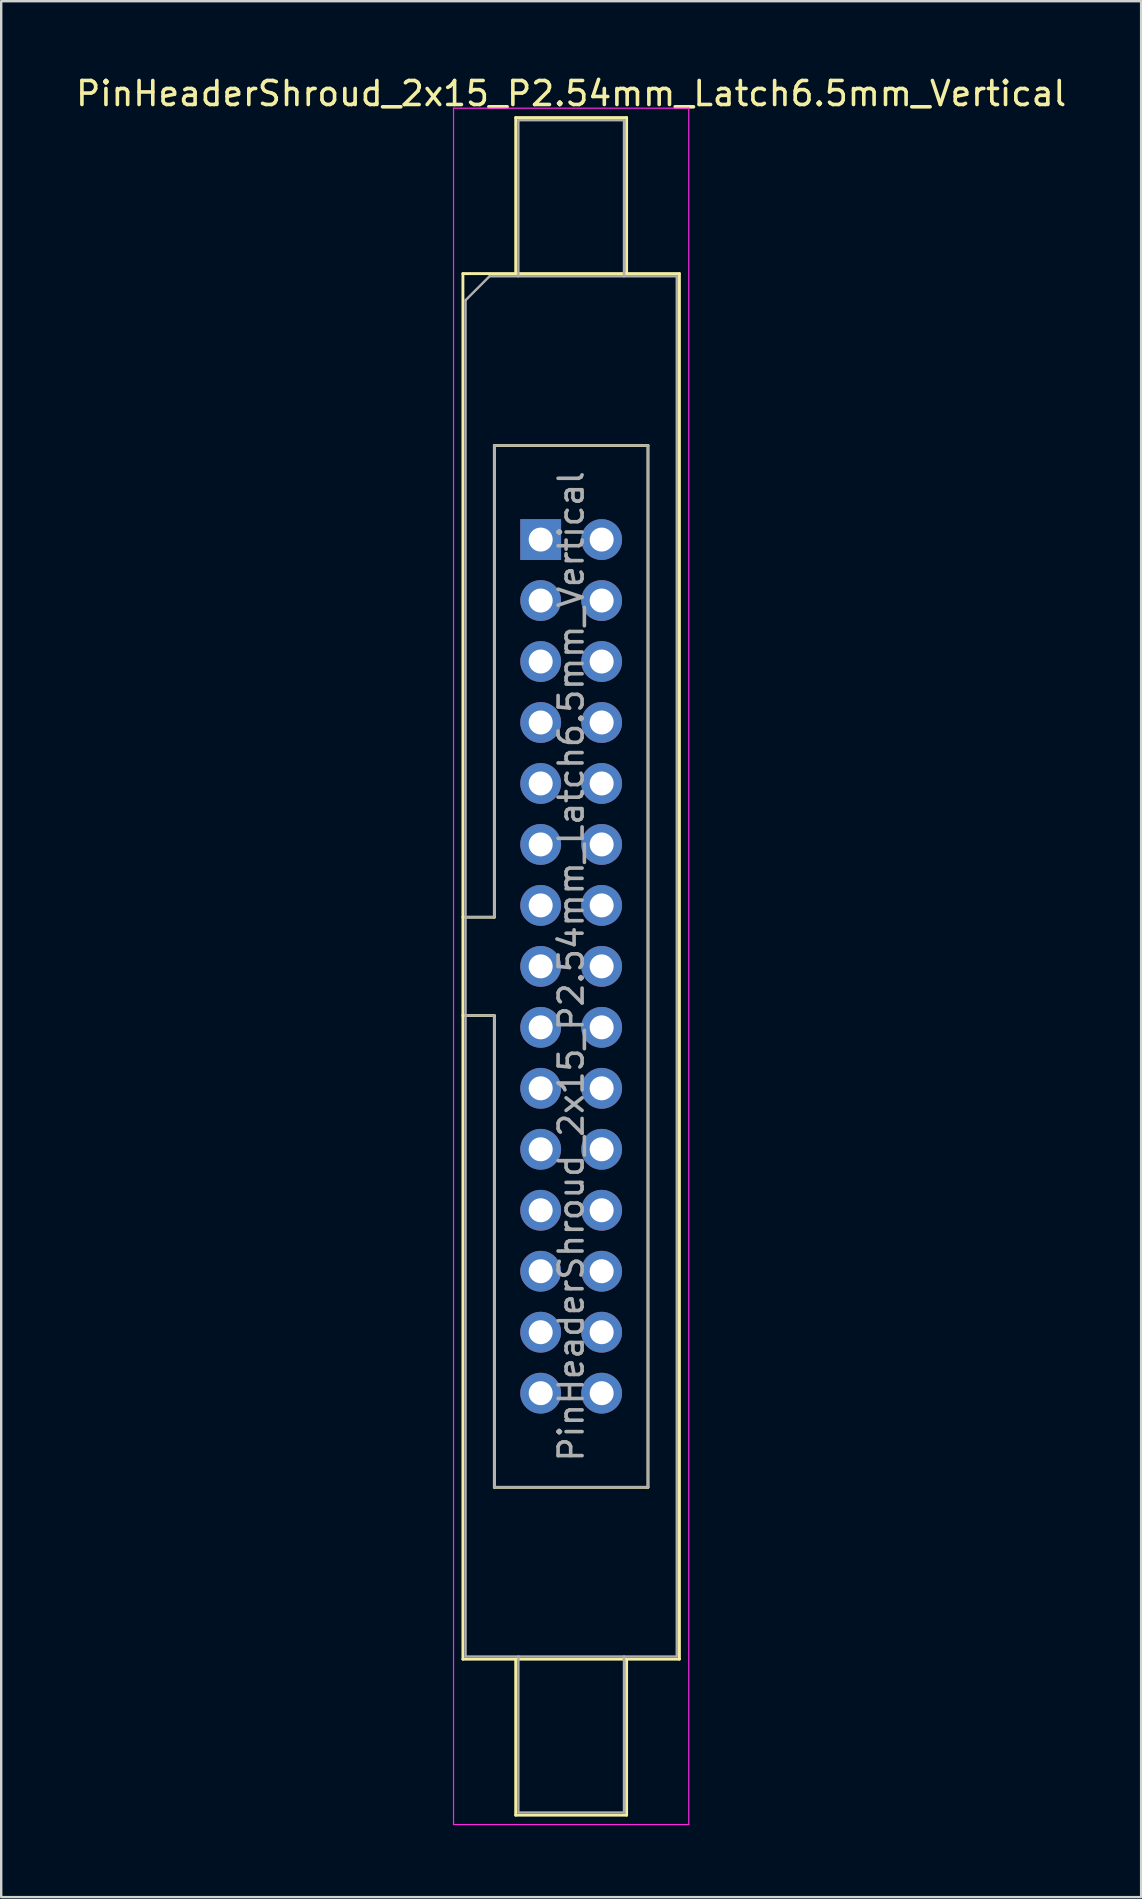
<source format=kicad_pcb>
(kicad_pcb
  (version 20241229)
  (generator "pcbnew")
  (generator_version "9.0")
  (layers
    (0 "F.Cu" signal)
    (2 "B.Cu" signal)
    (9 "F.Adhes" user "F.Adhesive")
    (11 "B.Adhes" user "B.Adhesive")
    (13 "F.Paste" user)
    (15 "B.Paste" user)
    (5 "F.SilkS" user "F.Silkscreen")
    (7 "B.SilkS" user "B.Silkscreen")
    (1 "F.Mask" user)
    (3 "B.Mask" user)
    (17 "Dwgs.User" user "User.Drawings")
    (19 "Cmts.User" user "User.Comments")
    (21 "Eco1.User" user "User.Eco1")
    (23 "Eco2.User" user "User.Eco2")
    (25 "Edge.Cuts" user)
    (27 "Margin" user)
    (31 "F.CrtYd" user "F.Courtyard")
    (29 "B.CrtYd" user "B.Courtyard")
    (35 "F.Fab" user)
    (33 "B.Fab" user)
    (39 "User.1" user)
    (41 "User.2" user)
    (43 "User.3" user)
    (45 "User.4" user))
  (footprint "PinHeaderShroud_2x15_P2.54mm_Latch6.5mm_Vertical"
    (layer "F.Cu")
    (at 19.474 19.428)
    (property "Reference" "PinHeaderShroud_2x15_P2.54mm_Latch6.5mm_Vertical" (at 1.27 -18.58 0) (layer "F.SilkS") (effects (font (size 1 1) (thickness 0.15))))
    (attr through_hole)
    (fp_line (start -3.24 -11.08) (end 5.78 -11.08) (stroke (width 0.12) (type solid)) (layer "F.SilkS"))
    (fp_line (start -3.24 15.73) (end -1.93 15.73) (stroke (width 0.12) (type solid)) (layer "F.SilkS"))
    (fp_line (start -3.24 19.83) (end -1.93 19.83) (stroke (width 0.12) (type solid)) (layer "F.SilkS"))
    (fp_line (start -3.24 46.64) (end -3.24 -11.08) (stroke (width 0.12) (type solid)) (layer "F.SilkS"))
    (fp_line (start -1.93 -3.92) (end 4.47 -3.92) (stroke (width 0.12) (type solid)) (layer "F.SilkS"))
    (fp_line (start -1.93 15.73) (end -1.93 -3.92) (stroke (width 0.12) (type solid)) (layer "F.SilkS"))
    (fp_line (start -1.93 39.48) (end -1.93 19.83) (stroke (width 0.12) (type solid)) (layer "F.SilkS"))
    (fp_line (start -1.04 -17.58) (end 3.58 -17.58) (stroke (width 0.12) (type solid)) (layer "F.SilkS"))
    (fp_line (start -1.04 -11.08) (end -1.04 -17.58) (stroke (width 0.12) (type solid)) (layer "F.SilkS"))
    (fp_line (start -1.04 46.64) (end -1.04 53.14) (stroke (width 0.12) (type solid)) (layer "F.SilkS"))
    (fp_line (start -1.04 53.14) (end 3.58 53.14) (stroke (width 0.12) (type solid)) (layer "F.SilkS"))
    (fp_line (start 3.58 -17.58) (end 3.58 -11.08) (stroke (width 0.12) (type solid)) (layer "F.SilkS"))
    (fp_line (start 3.58 53.14) (end 3.58 46.64) (stroke (width 0.12) (type solid)) (layer "F.SilkS"))
    (fp_line (start 4.47 -3.92) (end 4.47 39.48) (stroke (width 0.12) (type solid)) (layer "F.SilkS"))
    (fp_line (start 4.47 39.48) (end -1.93 39.48) (stroke (width 0.12) (type solid)) (layer "F.SilkS"))
    (fp_line (start 5.78 -11.08) (end 5.78 46.64) (stroke (width 0.12) (type solid)) (layer "F.SilkS"))
    (fp_line (start 5.78 46.64) (end -3.24 46.64) (stroke (width 0.12) (type solid)) (layer "F.SilkS"))
    (fp_line (start -3.63 -17.97) (end -3.63 53.53) (stroke (width 0.05) (type solid)) (layer "F.CrtYd"))
    (fp_line (start -3.63 53.53) (end 6.17 53.53) (stroke (width 0.05) (type solid)) (layer "F.CrtYd"))
    (fp_line (start 6.17 -17.97) (end -3.63 -17.97) (stroke (width 0.05) (type solid)) (layer "F.CrtYd"))
    (fp_line (start 6.17 53.53) (end 6.17 -17.97) (stroke (width 0.05) (type solid)) (layer "F.CrtYd"))
    (fp_line (start -3.13 -9.97) (end -2.13 -10.97) (stroke (width 0.1) (type solid)) (layer "F.Fab"))
    (fp_line (start -3.13 15.73) (end -1.93 15.73) (stroke (width 0.1) (type solid)) (layer "F.Fab"))
    (fp_line (start -3.13 19.83) (end -1.93 19.83) (stroke (width 0.1) (type solid)) (layer "F.Fab"))
    (fp_line (start -3.13 46.53) (end -3.13 -9.97) (stroke (width 0.1) (type solid)) (layer "F.Fab"))
    (fp_line (start -2.13 -10.97) (end 5.67 -10.97) (stroke (width 0.1) (type solid)) (layer "F.Fab"))
    (fp_line (start -1.93 -3.92) (end 4.47 -3.92) (stroke (width 0.1) (type solid)) (layer "F.Fab"))
    (fp_line (start -1.93 15.73) (end -1.93 -3.92) (stroke (width 0.1) (type solid)) (layer "F.Fab"))
    (fp_line (start -1.93 39.48) (end -1.93 19.83) (stroke (width 0.1) (type solid)) (layer "F.Fab"))
    (fp_line (start -0.93 -17.47) (end 3.47 -17.47) (stroke (width 0.1) (type solid)) (layer "F.Fab"))
    (fp_line (start -0.93 -10.97) (end -0.93 -17.47) (stroke (width 0.1) (type solid)) (layer "F.Fab"))
    (fp_line (start -0.93 46.53) (end -0.93 53.03) (stroke (width 0.1) (type solid)) (layer "F.Fab"))
    (fp_line (start -0.93 53.03) (end 3.47 53.03) (stroke (width 0.1) (type solid)) (layer "F.Fab"))
    (fp_line (start 3.47 -17.47) (end 3.47 -10.97) (stroke (width 0.1) (type solid)) (layer "F.Fab"))
    (fp_line (start 3.47 53.03) (end 3.47 46.53) (stroke (width 0.1) (type solid)) (layer "F.Fab"))
    (fp_line (start 4.47 -3.92) (end 4.47 39.48) (stroke (width 0.1) (type solid)) (layer "F.Fab"))
    (fp_line (start 4.47 39.48) (end -1.93 39.48) (stroke (width 0.1) (type solid)) (layer "F.Fab"))
    (fp_line (start 5.67 -10.97) (end 5.67 46.53) (stroke (width 0.1) (type solid)) (layer "F.Fab"))
    (fp_line (start 5.67 46.53) (end -3.13 46.53) (stroke (width 0.1) (type solid)) (layer "F.Fab"))
    (fp_text user "${REFERENCE}" (at 1.27 17.78 90) (layer "F.Fab") (effects (font (size 1 1) (thickness 0.15))))
    (pad "1" thru_hole rect (at 0 0) (size 1.7 1.7) (drill 1) (layers "*.Cu" "*.Mask"))
    (pad "2" thru_hole circle (at 2.54 0) (size 1.7 1.7) (drill 1) (layers "*.Cu" "*.Mask"))
    (pad "3" thru_hole circle (at 0 2.54) (size 1.7 1.7) (drill 1) (layers "*.Cu" "*.Mask"))
    (pad "4" thru_hole circle (at 2.54 2.54) (size 1.7 1.7) (drill 1) (layers "*.Cu" "*.Mask"))
    (pad "5" thru_hole circle (at 0 5.08) (size 1.7 1.7) (drill 1) (layers "*.Cu" "*.Mask"))
    (pad "6" thru_hole circle (at 2.54 5.08) (size 1.7 1.7) (drill 1) (layers "*.Cu" "*.Mask"))
    (pad "7" thru_hole circle (at 0 7.62) (size 1.7 1.7) (drill 1) (layers "*.Cu" "*.Mask"))
    (pad "8" thru_hole circle (at 2.54 7.62) (size 1.7 1.7) (drill 1) (layers "*.Cu" "*.Mask"))
    (pad "9" thru_hole circle (at 0 10.16) (size 1.7 1.7) (drill 1) (layers "*.Cu" "*.Mask"))
    (pad "10" thru_hole circle (at 2.54 10.16) (size 1.7 1.7) (drill 1) (layers "*.Cu" "*.Mask"))
    (pad "11" thru_hole circle (at 0 12.7) (size 1.7 1.7) (drill 1) (layers "*.Cu" "*.Mask"))
    (pad "12" thru_hole circle (at 2.54 12.7) (size 1.7 1.7) (drill 1) (layers "*.Cu" "*.Mask"))
    (pad "13" thru_hole circle (at 0 15.24) (size 1.7 1.7) (drill 1) (layers "*.Cu" "*.Mask"))
    (pad "14" thru_hole circle (at 2.54 15.24) (size 1.7 1.7) (drill 1) (layers "*.Cu" "*.Mask"))
    (pad "15" thru_hole circle (at 0 17.78) (size 1.7 1.7) (drill 1) (layers "*.Cu" "*.Mask"))
    (pad "16" thru_hole circle (at 2.54 17.78) (size 1.7 1.7) (drill 1) (layers "*.Cu" "*.Mask"))
    (pad "17" thru_hole circle (at 0 20.32) (size 1.7 1.7) (drill 1) (layers "*.Cu" "*.Mask"))
    (pad "18" thru_hole circle (at 2.54 20.32) (size 1.7 1.7) (drill 1) (layers "*.Cu" "*.Mask"))
    (pad "19" thru_hole circle (at 0 22.86) (size 1.7 1.7) (drill 1) (layers "*.Cu" "*.Mask"))
    (pad "20" thru_hole circle (at 2.54 22.86) (size 1.7 1.7) (drill 1) (layers "*.Cu" "*.Mask"))
    (pad "21" thru_hole circle (at 0 25.4) (size 1.7 1.7) (drill 1) (layers "*.Cu" "*.Mask"))
    (pad "22" thru_hole circle (at 2.54 25.4) (size 1.7 1.7) (drill 1) (layers "*.Cu" "*.Mask"))
    (pad "23" thru_hole circle (at 0 27.94) (size 1.7 1.7) (drill 1) (layers "*.Cu" "*.Mask"))
    (pad "24" thru_hole circle (at 2.54 27.94) (size 1.7 1.7) (drill 1) (layers "*.Cu" "*.Mask"))
    (pad "25" thru_hole circle (at 0 30.48) (size 1.7 1.7) (drill 1) (layers "*.Cu" "*.Mask"))
    (pad "26" thru_hole circle (at 2.54 30.48) (size 1.7 1.7) (drill 1) (layers "*.Cu" "*.Mask"))
    (pad "27" thru_hole circle (at 0 33.02) (size 1.7 1.7) (drill 1) (layers "*.Cu" "*.Mask"))
    (pad "28" thru_hole circle (at 2.54 33.02) (size 1.7 1.7) (drill 1) (layers "*.Cu" "*.Mask"))
    (pad "29" thru_hole circle (at 0 35.56) (size 1.7 1.7) (drill 1) (layers "*.Cu" "*.Mask"))
    (pad "30" thru_hole circle (at 2.54 35.56) (size 1.7 1.7) (drill 1) (layers "*.Cu" "*.Mask")))
  (gr_rect
    (start -3 -3)
    (end 44.488 75.983)
    (stroke (width 0.1) (type default))
    (fill no)
    (layer "Edge.Cuts")))
</source>
